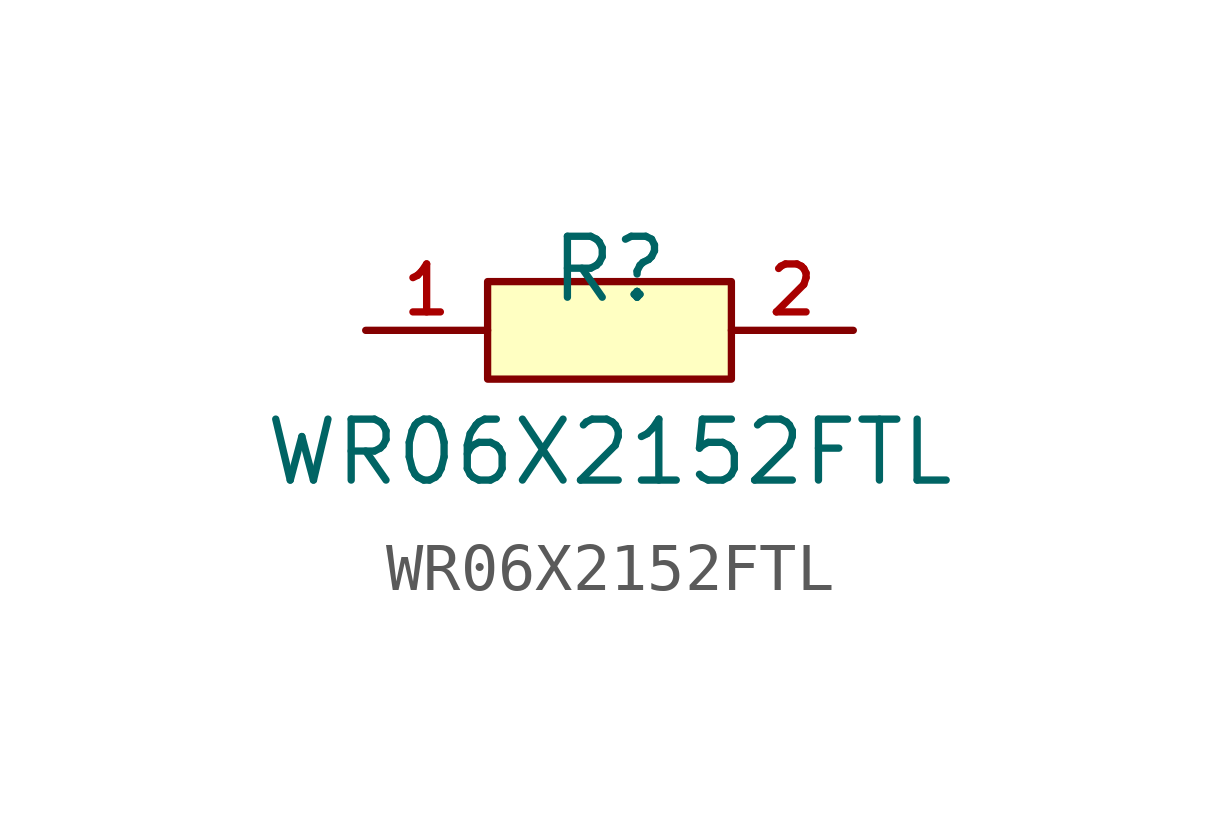
<source format=kicad_sym>
(kicad_symbol_lib
  (version 20210201)
  (generator TousstNicolas/JLC2KiCad_lib)
  (symbol "WR06X2152FTL"
    (pin_names hide)
    (property "Reference" "R"
      (at 0 1.27 0)
      (effects (font (size 1.27 1.27))))
    (property "Value" "WR06X2152FTL"
      (at 0 -2.54 0)
      (effects (font (size 1.27 1.27))))
    (symbol "WR06X2152FTL_0_1"
      (rectangle (start -2.54 1.016) (end 2.54 -1.016) (stroke (width 0) (type default) (color 0 0 0 0)) (fill (type background)))
      (pin unspecified line (at 5.08 -0.0 180) (length 2.54) (name "2" (effects (font (size 1 1)))) (number "2" (effects (font (size 1 1)))))
      (pin unspecified line (at -5.08 -0.0 0) (length 2.54) (name "1" (effects (font (size 1 1)))) (number "1" (effects (font (size 1 1))))))))
</source>
